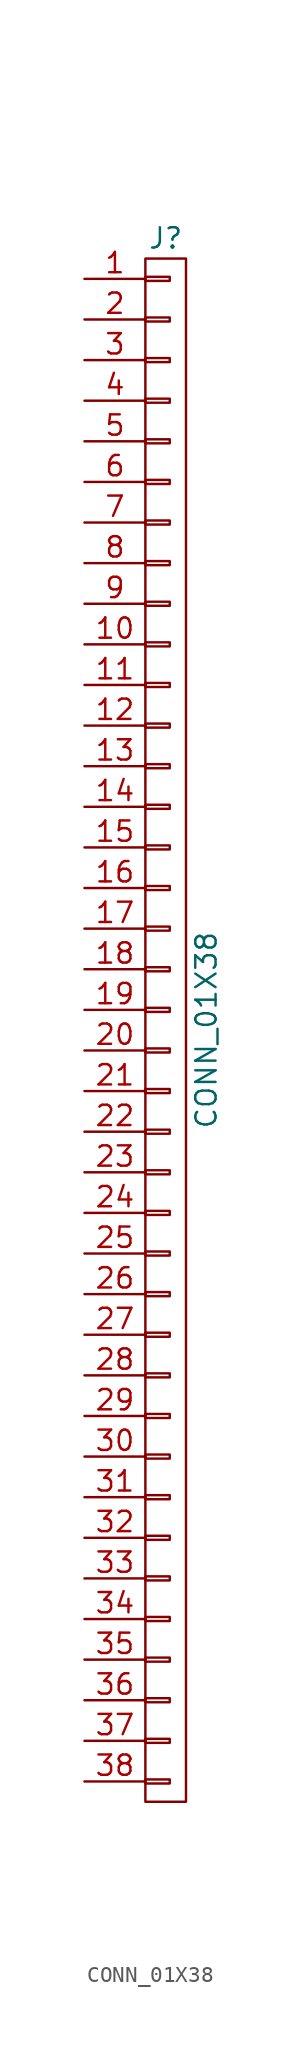
<source format=kicad_sym>
(kicad_symbol_lib
  (version 20211014)
  (generator kicad_symbol_editor)
  (symbol "CONN_01X38"
    (pin_names
      (offset 1.016) hide)
    (property "Reference" "J"
      (at 0 49.53 0)
      (effects (font (size 1.27 1.27))))
    (property "Value" "CONN_01X38"
      (at 2.54 0 90)
      (effects (font (size 1.27 1.27))))
    (symbol "CONN_01X38_0_1"
      (rectangle (start -1.27 -48.26) (end 1.27 48.26) (stroke (width 0) (type default) (color 0 0 0 0)) (fill (type none)))
      (rectangle (start -1.27 -46.863) (end 0.254 -47.117) (stroke (width 0) (type default) (color 0 0 0 0)) (fill (type none)))
      (rectangle (start -1.27 -44.323) (end 0.254 -44.577) (stroke (width 0) (type default) (color 0 0 0 0)) (fill (type none)))
      (rectangle (start -1.27 -41.783) (end 0.254 -42.037) (stroke (width 0) (type default) (color 0 0 0 0)) (fill (type none)))
      (rectangle (start -1.27 -39.243) (end 0.254 -39.497) (stroke (width 0) (type default) (color 0 0 0 0)) (fill (type none)))
      (rectangle (start -1.27 -36.703) (end 0.254 -36.957) (stroke (width 0) (type default) (color 0 0 0 0)) (fill (type none)))
      (rectangle (start -1.27 -34.163) (end 0.254 -34.417) (stroke (width 0) (type default) (color 0 0 0 0)) (fill (type none)))
      (rectangle (start -1.27 -31.623) (end 0.254 -31.877) (stroke (width 0) (type default) (color 0 0 0 0)) (fill (type none)))
      (rectangle (start -1.27 -29.083) (end 0.254 -29.337) (stroke (width 0) (type default) (color 0 0 0 0)) (fill (type none)))
      (rectangle (start -1.27 -26.543) (end 0.254 -26.797) (stroke (width 0) (type default) (color 0 0 0 0)) (fill (type none)))
      (rectangle (start -1.27 -24.003) (end 0.254 -24.257) (stroke (width 0) (type default) (color 0 0 0 0)) (fill (type none)))
      (rectangle (start -1.27 -21.463) (end 0.254 -21.717) (stroke (width 0) (type default) (color 0 0 0 0)) (fill (type none)))
      (rectangle (start -1.27 -18.923) (end 0.254 -19.177) (stroke (width 0) (type default) (color 0 0 0 0)) (fill (type none)))
      (rectangle (start -1.27 -16.383) (end 0.254 -16.637) (stroke (width 0) (type default) (color 0 0 0 0)) (fill (type none)))
      (rectangle (start -1.27 -13.843) (end 0.254 -14.097) (stroke (width 0) (type default) (color 0 0 0 0)) (fill (type none)))
      (rectangle (start -1.27 -11.303) (end 0.254 -11.557) (stroke (width 0) (type default) (color 0 0 0 0)) (fill (type none)))
      (rectangle (start -1.27 -8.763) (end 0.254 -9.017) (stroke (width 0) (type default) (color 0 0 0 0)) (fill (type none)))
      (rectangle (start -1.27 -6.223) (end 0.254 -6.477) (stroke (width 0) (type default) (color 0 0 0 0)) (fill (type none)))
      (rectangle (start -1.27 -3.683) (end 0.254 -3.937) (stroke (width 0) (type default) (color 0 0 0 0)) (fill (type none)))
      (rectangle (start -1.27 -1.143) (end 0.254 -1.397) (stroke (width 0) (type default) (color 0 0 0 0)) (fill (type none)))
      (rectangle (start -1.27 1.397) (end 0.254 1.143) (stroke (width 0) (type default) (color 0 0 0 0)) (fill (type none)))
      (rectangle (start -1.27 3.937) (end 0.254 3.683) (stroke (width 0) (type default) (color 0 0 0 0)) (fill (type none)))
      (rectangle (start -1.27 6.477) (end 0.254 6.223) (stroke (width 0) (type default) (color 0 0 0 0)) (fill (type none)))
      (rectangle (start -1.27 9.017) (end 0.254 8.763) (stroke (width 0) (type default) (color 0 0 0 0)) (fill (type none)))
      (rectangle (start -1.27 11.557) (end 0.254 11.303) (stroke (width 0) (type default) (color 0 0 0 0)) (fill (type none)))
      (rectangle (start -1.27 14.097) (end 0.254 13.843) (stroke (width 0) (type default) (color 0 0 0 0)) (fill (type none)))
      (rectangle (start -1.27 16.637) (end 0.254 16.383) (stroke (width 0) (type default) (color 0 0 0 0)) (fill (type none)))
      (rectangle (start -1.27 19.177) (end 0.254 18.923) (stroke (width 0) (type default) (color 0 0 0 0)) (fill (type none)))
      (rectangle (start -1.27 21.717) (end 0.254 21.463) (stroke (width 0) (type default) (color 0 0 0 0)) (fill (type none)))
      (rectangle (start -1.27 24.257) (end 0.254 24.003) (stroke (width 0) (type default) (color 0 0 0 0)) (fill (type none)))
      (rectangle (start -1.27 26.797) (end 0.254 26.543) (stroke (width 0) (type default) (color 0 0 0 0)) (fill (type none)))
      (rectangle (start -1.27 29.337) (end 0.254 29.083) (stroke (width 0) (type default) (color 0 0 0 0)) (fill (type none)))
      (rectangle (start -1.27 31.877) (end 0.254 31.623) (stroke (width 0) (type default) (color 0 0 0 0)) (fill (type none)))
      (rectangle (start -1.27 34.417) (end 0.254 34.163) (stroke (width 0) (type default) (color 0 0 0 0)) (fill (type none)))
      (rectangle (start -1.27 36.957) (end 0.254 36.703) (stroke (width 0) (type default) (color 0 0 0 0)) (fill (type none)))
      (rectangle (start -1.27 39.497) (end 0.254 39.243) (stroke (width 0) (type default) (color 0 0 0 0)) (fill (type none)))
      (rectangle (start -1.27 42.037) (end 0.254 41.783) (stroke (width 0) (type default) (color 0 0 0 0)) (fill (type none)))
      (rectangle (start -1.27 44.577) (end 0.254 44.323) (stroke (width 0) (type default) (color 0 0 0 0)) (fill (type none)))
      (rectangle (start -1.27 47.117) (end 0.254 46.863) (stroke (width 0) (type default) (color 0 0 0 0)) (fill (type none))))
    (symbol "CONN_01X38_1_1"
      (pin passive line (at -5.08 46.99 0) (length 3.81) (name "P1" (effects (font (size 1.27 1.27)))) (number "1" (effects (font (size 1.27 1.27)))))
      (pin passive line (at -5.08 24.13 0) (length 3.81) (name "P10" (effects (font (size 1.27 1.27)))) (number "10" (effects (font (size 1.27 1.27)))))
      (pin passive line (at -5.08 21.59 0) (length 3.81) (name "P11" (effects (font (size 1.27 1.27)))) (number "11" (effects (font (size 1.27 1.27)))))
      (pin passive line (at -5.08 19.05 0) (length 3.81) (name "P12" (effects (font (size 1.27 1.27)))) (number "12" (effects (font (size 1.27 1.27)))))
      (pin passive line (at -5.08 16.51 0) (length 3.81) (name "P13" (effects (font (size 1.27 1.27)))) (number "13" (effects (font (size 1.27 1.27)))))
      (pin passive line (at -5.08 13.97 0) (length 3.81) (name "P14" (effects (font (size 1.27 1.27)))) (number "14" (effects (font (size 1.27 1.27)))))
      (pin passive line (at -5.08 11.43 0) (length 3.81) (name "P15" (effects (font (size 1.27 1.27)))) (number "15" (effects (font (size 1.27 1.27)))))
      (pin passive line (at -5.08 8.89 0) (length 3.81) (name "P16" (effects (font (size 1.27 1.27)))) (number "16" (effects (font (size 1.27 1.27)))))
      (pin passive line (at -5.08 6.35 0) (length 3.81) (name "P17" (effects (font (size 1.27 1.27)))) (number "17" (effects (font (size 1.27 1.27)))))
      (pin passive line (at -5.08 3.81 0) (length 3.81) (name "P18" (effects (font (size 1.27 1.27)))) (number "18" (effects (font (size 1.27 1.27)))))
      (pin passive line (at -5.08 1.27 0) (length 3.81) (name "P19" (effects (font (size 1.27 1.27)))) (number "19" (effects (font (size 1.27 1.27)))))
      (pin passive line (at -5.08 44.45 0) (length 3.81) (name "P2" (effects (font (size 1.27 1.27)))) (number "2" (effects (font (size 1.27 1.27)))))
      (pin passive line (at -5.08 -1.27 0) (length 3.81) (name "P20" (effects (font (size 1.27 1.27)))) (number "20" (effects (font (size 1.27 1.27)))))
      (pin passive line (at -5.08 -3.81 0) (length 3.81) (name "P21" (effects (font (size 1.27 1.27)))) (number "21" (effects (font (size 1.27 1.27)))))
      (pin passive line (at -5.08 -6.35 0) (length 3.81) (name "P22" (effects (font (size 1.27 1.27)))) (number "22" (effects (font (size 1.27 1.27)))))
      (pin passive line (at -5.08 -8.89 0) (length 3.81) (name "P23" (effects (font (size 1.27 1.27)))) (number "23" (effects (font (size 1.27 1.27)))))
      (pin passive line (at -5.08 -11.43 0) (length 3.81) (name "P24" (effects (font (size 1.27 1.27)))) (number "24" (effects (font (size 1.27 1.27)))))
      (pin passive line (at -5.08 -13.97 0) (length 3.81) (name "P25" (effects (font (size 1.27 1.27)))) (number "25" (effects (font (size 1.27 1.27)))))
      (pin passive line (at -5.08 -16.51 0) (length 3.81) (name "P26" (effects (font (size 1.27 1.27)))) (number "26" (effects (font (size 1.27 1.27)))))
      (pin passive line (at -5.08 -19.05 0) (length 3.81) (name "P27" (effects (font (size 1.27 1.27)))) (number "27" (effects (font (size 1.27 1.27)))))
      (pin passive line (at -5.08 -21.59 0) (length 3.81) (name "P28" (effects (font (size 1.27 1.27)))) (number "28" (effects (font (size 1.27 1.27)))))
      (pin passive line (at -5.08 -24.13 0) (length 3.81) (name "P29" (effects (font (size 1.27 1.27)))) (number "29" (effects (font (size 1.27 1.27)))))
      (pin passive line (at -5.08 41.91 0) (length 3.81) (name "P3" (effects (font (size 1.27 1.27)))) (number "3" (effects (font (size 1.27 1.27)))))
      (pin passive line (at -5.08 -26.67 0) (length 3.81) (name "P30" (effects (font (size 1.27 1.27)))) (number "30" (effects (font (size 1.27 1.27)))))
      (pin passive line (at -5.08 -29.21 0) (length 3.81) (name "P31" (effects (font (size 1.27 1.27)))) (number "31" (effects (font (size 1.27 1.27)))))
      (pin passive line (at -5.08 -31.75 0) (length 3.81) (name "P32" (effects (font (size 1.27 1.27)))) (number "32" (effects (font (size 1.27 1.27)))))
      (pin passive line (at -5.08 -34.29 0) (length 3.81) (name "P33" (effects (font (size 1.27 1.27)))) (number "33" (effects (font (size 1.27 1.27)))))
      (pin passive line (at -5.08 -36.83 0) (length 3.81) (name "P34" (effects (font (size 1.27 1.27)))) (number "34" (effects (font (size 1.27 1.27)))))
      (pin passive line (at -5.08 -39.37 0) (length 3.81) (name "P35" (effects (font (size 1.27 1.27)))) (number "35" (effects (font (size 1.27 1.27)))))
      (pin passive line (at -5.08 -41.91 0) (length 3.81) (name "P36" (effects (font (size 1.27 1.27)))) (number "36" (effects (font (size 1.27 1.27)))))
      (pin passive line (at -5.08 -44.45 0) (length 3.81) (name "P37" (effects (font (size 1.27 1.27)))) (number "37" (effects (font (size 1.27 1.27)))))
      (pin passive line (at -5.08 -46.99 0) (length 3.81) (name "P38" (effects (font (size 1.27 1.27)))) (number "38" (effects (font (size 1.27 1.27)))))
      (pin passive line (at -5.08 39.37 0) (length 3.81) (name "P4" (effects (font (size 1.27 1.27)))) (number "4" (effects (font (size 1.27 1.27)))))
      (pin passive line (at -5.08 36.83 0) (length 3.81) (name "P5" (effects (font (size 1.27 1.27)))) (number "5" (effects (font (size 1.27 1.27)))))
      (pin passive line (at -5.08 34.29 0) (length 3.81) (name "P6" (effects (font (size 1.27 1.27)))) (number "6" (effects (font (size 1.27 1.27)))))
      (pin passive line (at -5.08 31.75 0) (length 3.81) (name "P7" (effects (font (size 1.27 1.27)))) (number "7" (effects (font (size 1.27 1.27)))))
      (pin passive line (at -5.08 29.21 0) (length 3.81) (name "P8" (effects (font (size 1.27 1.27)))) (number "8" (effects (font (size 1.27 1.27)))))
      (pin passive line (at -5.08 26.67 0) (length 3.81) (name "P9" (effects (font (size 1.27 1.27)))) (number "9" (effects (font (size 1.27 1.27))))))))
</source>
